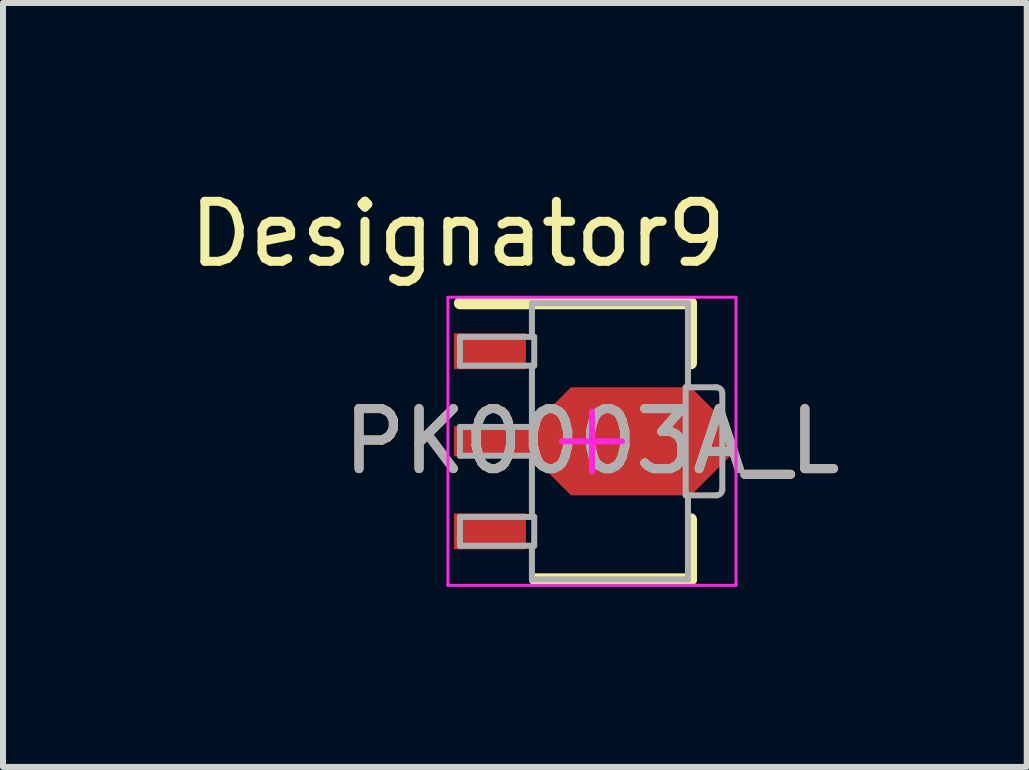
<source format=kicad_pcb>
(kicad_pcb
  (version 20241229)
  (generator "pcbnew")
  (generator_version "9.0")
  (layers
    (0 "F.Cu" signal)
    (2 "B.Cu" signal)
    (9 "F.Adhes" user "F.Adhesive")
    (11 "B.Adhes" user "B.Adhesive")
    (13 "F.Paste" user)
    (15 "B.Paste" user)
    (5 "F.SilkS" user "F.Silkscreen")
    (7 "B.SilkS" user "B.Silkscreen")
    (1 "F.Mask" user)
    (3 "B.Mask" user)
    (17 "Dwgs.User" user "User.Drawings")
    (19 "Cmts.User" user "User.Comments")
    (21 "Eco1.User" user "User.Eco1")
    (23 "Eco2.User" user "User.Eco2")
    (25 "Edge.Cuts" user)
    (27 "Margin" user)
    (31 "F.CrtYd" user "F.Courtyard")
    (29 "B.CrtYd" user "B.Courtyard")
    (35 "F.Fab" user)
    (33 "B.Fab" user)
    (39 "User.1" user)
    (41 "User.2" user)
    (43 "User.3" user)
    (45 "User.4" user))
  (footprint "PK0003A_L"
    (layer "F.Cu")
    (at 6.813 4.303)
    (property "Reference" "PK0003A_L" (at 0 0 0) (unlocked yes) (layer "F.SilkS") (effects (font (size 1 1) (thickness 0.15))))
    (attr smd)
    (fp_poly (pts (xy -1 -0.25) (xy -0.35 -0.9) (xy 1.65 -0.9) (xy 2.3 -0.25) (xy 2.3 0.25) (xy 1.65 0.9) (xy -0.35 0.9) (xy -1 0.25) (xy -1.2 0.25) (xy -1.2 -0.25)) (stroke (width 0) (type solid)) (fill yes) (layer "F.Cu"))
    (fp_poly (pts (xy -1.021 -0.301) (xy -0.386 -0.936) (xy -0.378 -0.942) (xy -0.369 -0.947) (xy -0.36 -0.95) (xy -0.35 -0.951) (xy 1.65 -0.951) (xy 1.66 -0.95) (xy 1.669 -0.947) (xy 1.678 -0.942) (xy 1.686 -0.936) (xy 2.336 -0.286) (xy 2.342 -0.278) (xy 2.347 -0.269) (xy 2.35 -0.26) (xy 2.351 -0.25) (xy 2.351 0.25) (xy 2.35 0.26) (xy 2.347 0.269) (xy 2.342 0.278) (xy 2.336 0.286) (xy 1.686 0.936) (xy 1.678 0.942) (xy 1.669 0.947) (xy 1.66 0.95) (xy 1.65 0.951) (xy -0.35 0.951) (xy -0.36 0.95) (xy -0.369 0.947) (xy -0.378 0.942) (xy -0.386 0.936) (xy -1.021 0.301) (xy -1.2 0.301) (xy -1.21 0.3) (xy -1.219 0.297) (xy -1.228 0.292) (xy -1.236 0.286) (xy -1.242 0.278) (xy -1.247 0.269) (xy -1.25 0.26) (xy -1.251 0.25) (xy -1.251 -0.25) (xy -1.25 -0.26) (xy -1.247 -0.269) (xy -1.242 -0.278) (xy -1.236 -0.286) (xy -1.228 -0.292) (xy -1.219 -0.297) (xy -1.21 -0.3) (xy -1.2 -0.301)) (stroke (width 0) (type solid)) (fill yes) (layer "F.Mask"))
    (fp_line (start -2.2 -2.3) (end 1.65 -2.3) (stroke (width 0.2) (type solid)) (layer "F.SilkS"))
    (fp_line (start -0.95 2.3) (end 1.65 2.3) (stroke (width 0.2) (type solid)) (layer "F.SilkS"))
    (fp_line (start 1.65 -1.3) (end 1.65 -2.3) (stroke (width 0.2) (type solid)) (layer "F.SilkS"))
    (fp_line (start 1.65 2.3) (end 1.65 1.3) (stroke (width 0.2) (type solid)) (layer "F.SilkS"))
    (fp_poly (pts (xy -1 -0.25) (xy -0.35 -0.9) (xy 1.65 -0.9) (xy 2.3 -0.25) (xy 2.3 0.25) (xy 1.65 0.9) (xy -0.35 0.9) (xy -1 0.25) (xy -1.2 0.25) (xy -1.2 -0.25)) (stroke (width 0) (type solid)) (fill yes) (layer "F.Paste"))
    (fp_line (start -2.4 -2.4) (end 2.4 -2.4) (stroke (width 0.05) (type solid)) (layer "F.CrtYd"))
    (fp_line (start -2.4 2.4) (end -2.4 -2.4) (stroke (width 0.05) (type solid)) (layer "F.CrtYd"))
    (fp_line (start -2.4 2.4) (end 2.4 2.4) (stroke (width 0.05) (type solid)) (layer "F.CrtYd"))
    (fp_line (start -0.5 0) (end 0.5 0) (stroke (width 0.1) (type solid)) (layer "F.CrtYd"))
    (fp_line (start 0 0.5) (end 0 -0.5) (stroke (width 0.1) (type solid)) (layer "F.CrtYd"))
    (fp_line (start 2.4 2.4) (end 2.4 -2.4) (stroke (width 0.05) (type solid)) (layer "F.CrtYd"))
    (fp_line (start -2.2 -1.74) (end -0.962 -1.74) (stroke (width 0.1) (type solid)) (layer "F.Fab"))
    (fp_line (start -2.2 -1.26) (end -2.2 -1.74) (stroke (width 0.1) (type solid)) (layer "F.Fab"))
    (fp_line (start -2.2 -1.26) (end -0.962 -1.26) (stroke (width 0.1) (type solid)) (layer "F.Fab"))
    (fp_line (start -2.2 -0.24) (end -0.962 -0.24) (stroke (width 0.1) (type solid)) (layer "F.Fab"))
    (fp_line (start -2.2 0.24) (end -2.2 -0.24) (stroke (width 0.1) (type solid)) (layer "F.Fab"))
    (fp_line (start -2.2 0.24) (end -0.962 0.24) (stroke (width 0.1) (type solid)) (layer "F.Fab"))
    (fp_line (start -2.2 1.26) (end -0.962 1.26) (stroke (width 0.1) (type solid)) (layer "F.Fab"))
    (fp_line (start -2.2 1.74) (end -2.2 1.26) (stroke (width 0.1) (type solid)) (layer "F.Fab"))
    (fp_line (start -2.2 1.74) (end -0.962 1.74) (stroke (width 0.1) (type solid)) (layer "F.Fab"))
    (fp_line (start -1 -2.3) (end 1.6 -2.3) (stroke (width 0.1) (type solid)) (layer "F.Fab"))
    (fp_line (start -1 -1.74) (end -1 -2.3) (stroke (width 0.1) (type solid)) (layer "F.Fab"))
    (fp_line (start -1 -0.24) (end -1 -1.26) (stroke (width 0.1) (type solid)) (layer "F.Fab"))
    (fp_line (start -1 1.26) (end -1 0.24) (stroke (width 0.1) (type solid)) (layer "F.Fab"))
    (fp_line (start -1 2.3) (end -1 1.74) (stroke (width 0.1) (type solid)) (layer "F.Fab"))
    (fp_line (start -1 2.3) (end 1.6 2.3) (stroke (width 0.1) (type solid)) (layer "F.Fab"))
    (fp_line (start -0.962 -1.26) (end -0.962 -1.74) (stroke (width 0.1) (type solid)) (layer "F.Fab"))
    (fp_line (start -0.962 0.24) (end -0.962 -0.24) (stroke (width 0.1) (type solid)) (layer "F.Fab"))
    (fp_line (start -0.962 1.74) (end -0.962 1.26) (stroke (width 0.1) (type solid)) (layer "F.Fab"))
    (fp_line (start 1.562 -0.9) (end 2.072 -0.9) (stroke (width 0.1) (type solid)) (layer "F.Fab"))
    (fp_line (start 1.562 0.9) (end 1.562 -0.9) (stroke (width 0.1) (type solid)) (layer "F.Fab"))
    (fp_line (start 1.562 0.9) (end 2.072 0.9) (stroke (width 0.1) (type solid)) (layer "F.Fab"))
    (fp_line (start 1.6 -0.9) (end 1.6 -2.3) (stroke (width 0.1) (type solid)) (layer "F.Fab"))
    (fp_line (start 1.6 2.3) (end 1.6 0.9) (stroke (width 0.1) (type solid)) (layer "F.Fab"))
    (fp_line (start 2.172 0.8) (end 2.172 -0.8) (stroke (width 0.1) (type solid)) (layer "F.Fab"))
    (fp_arc (start 2.072312 -0.899998) (mid 2.143023 -0.870709) (end 2.172312 -0.799998) (stroke (width 0.1) (type solid)) (layer "F.Fab"))
    (fp_arc (start 2.172312 0.800001) (mid 2.143023 0.870711) (end 2.072312 0.900001) (stroke (width 0.1) (type solid)) (layer "F.Fab"))
    (fp_text user "Designator9" (at -2.235 -3.454 0) (unlocked yes) (layer "F.SilkS") (effects (font (size 1 1) (thickness 0.15))))
    (fp_text user "${REFERENCE}" (at 0 0 0) (unlocked yes) (layer "F.Fab") (effects (font (size 1 1) (thickness 0.15))))
    (pad "1" smd rect (at -1.7 -1.5 90) (size 0.6 1.2) (layers "F.Cu" "F.Mask" "F.Paste"))
    (pad "2" smd rect (at -1.65 0 90) (size 0.5 1.3) (layers "F.Cu" "F.Mask" "F.Paste"))
    (pad "3" smd rect (at -1.7 1.5 90) (size 0.6 1.2) (layers "F.Cu" "F.Mask" "F.Paste")))
  (gr_rect
    (start -3 -3)
    (end 14.057 9.728)
    (stroke (width 0.1) (type default))
    (fill no)
    (layer "Edge.Cuts")))
</source>
